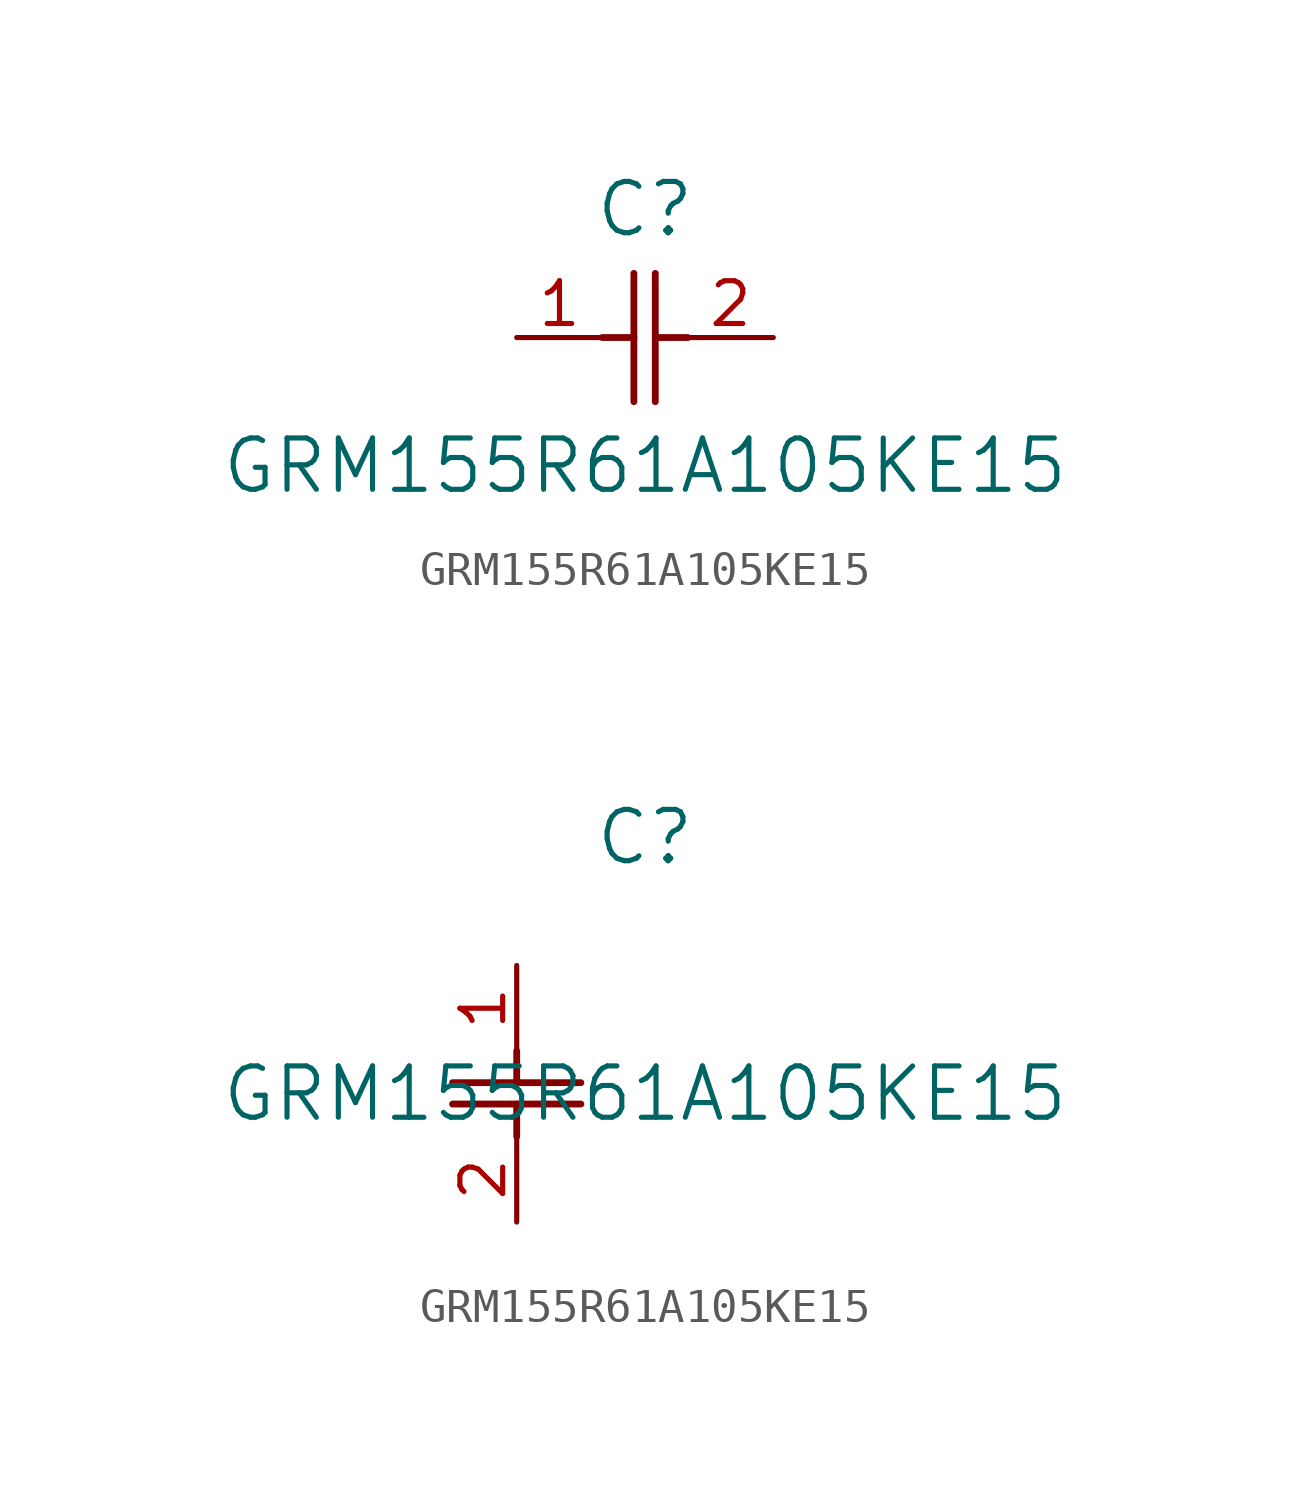
<source format=kicad_sym>
(kicad_symbol_lib
  (version 20211014)
  (generator kicad_symbol_editor)
  (symbol "GRM155R61A105KE15"
    (pin_names
      (offset 0.254))
    (property "Reference" "C"
      (at 3.81 3.81 0)
      (effects (font (size 1.524 1.524))))
    (property "Value" "GRM155R61A105KE15"
      (at 3.81 -3.81 0)
      (effects (font (size 1.524 1.524))))
    (symbol "GRM155R61A105KE15_1_1"
      (polyline (pts (xy 3.48 -1.905) (xy 3.48 1.905)) (stroke (width 0.203) (type default) (color 0 0 0 0)) (fill (type none)))
      (polyline (pts (xy 4.115 -1.905) (xy 4.115 1.905)) (stroke (width 0.203) (type default) (color 0 0 0 0)) (fill (type none)))
      (polyline (pts (xy 4.115 0) (xy 5.08 0)) (stroke (width 0.203) (type default) (color 0 0 0 0)) (fill (type none)))
      (polyline (pts (xy 2.54 0) (xy 3.48 0)) (stroke (width 0.203) (type default) (color 0 0 0 0)) (fill (type none)))
      (pin unspecified line (at 0 0 0) (length 2.54) (name "" (effects (font (size 1.27 1.27)))) (number "1" (effects (font (size 1.27 1.27)))))
      (pin unspecified line (at 7.62 0 180) (length 2.54) (name "" (effects (font (size 1.27 1.27)))) (number "2" (effects (font (size 1.27 1.27))))))
    (symbol "GRM155R61A105KE15_1_2"
      (polyline (pts (xy -1.905 -3.48) (xy 1.905 -3.48)) (stroke (width 0.203) (type default) (color 0 0 0 0)) (fill (type none)))
      (polyline (pts (xy -1.905 -4.115) (xy 1.905 -4.115)) (stroke (width 0.203) (type default) (color 0 0 0 0)) (fill (type none)))
      (polyline (pts (xy 0 -4.115) (xy 0 -5.08)) (stroke (width 0.203) (type default) (color 0 0 0 0)) (fill (type none)))
      (polyline (pts (xy 0 -2.54) (xy 0 -3.48)) (stroke (width 0.203) (type default) (color 0 0 0 0)) (fill (type none)))
      (pin unspecified line (at 0 0 270) (length 2.54) (name "" (effects (font (size 1.27 1.27)))) (number "1" (effects (font (size 1.27 1.27)))))
      (pin unspecified line (at 0 -7.62 90) (length 2.54) (name "" (effects (font (size 1.27 1.27)))) (number "2" (effects (font (size 1.27 1.27))))))))
</source>
